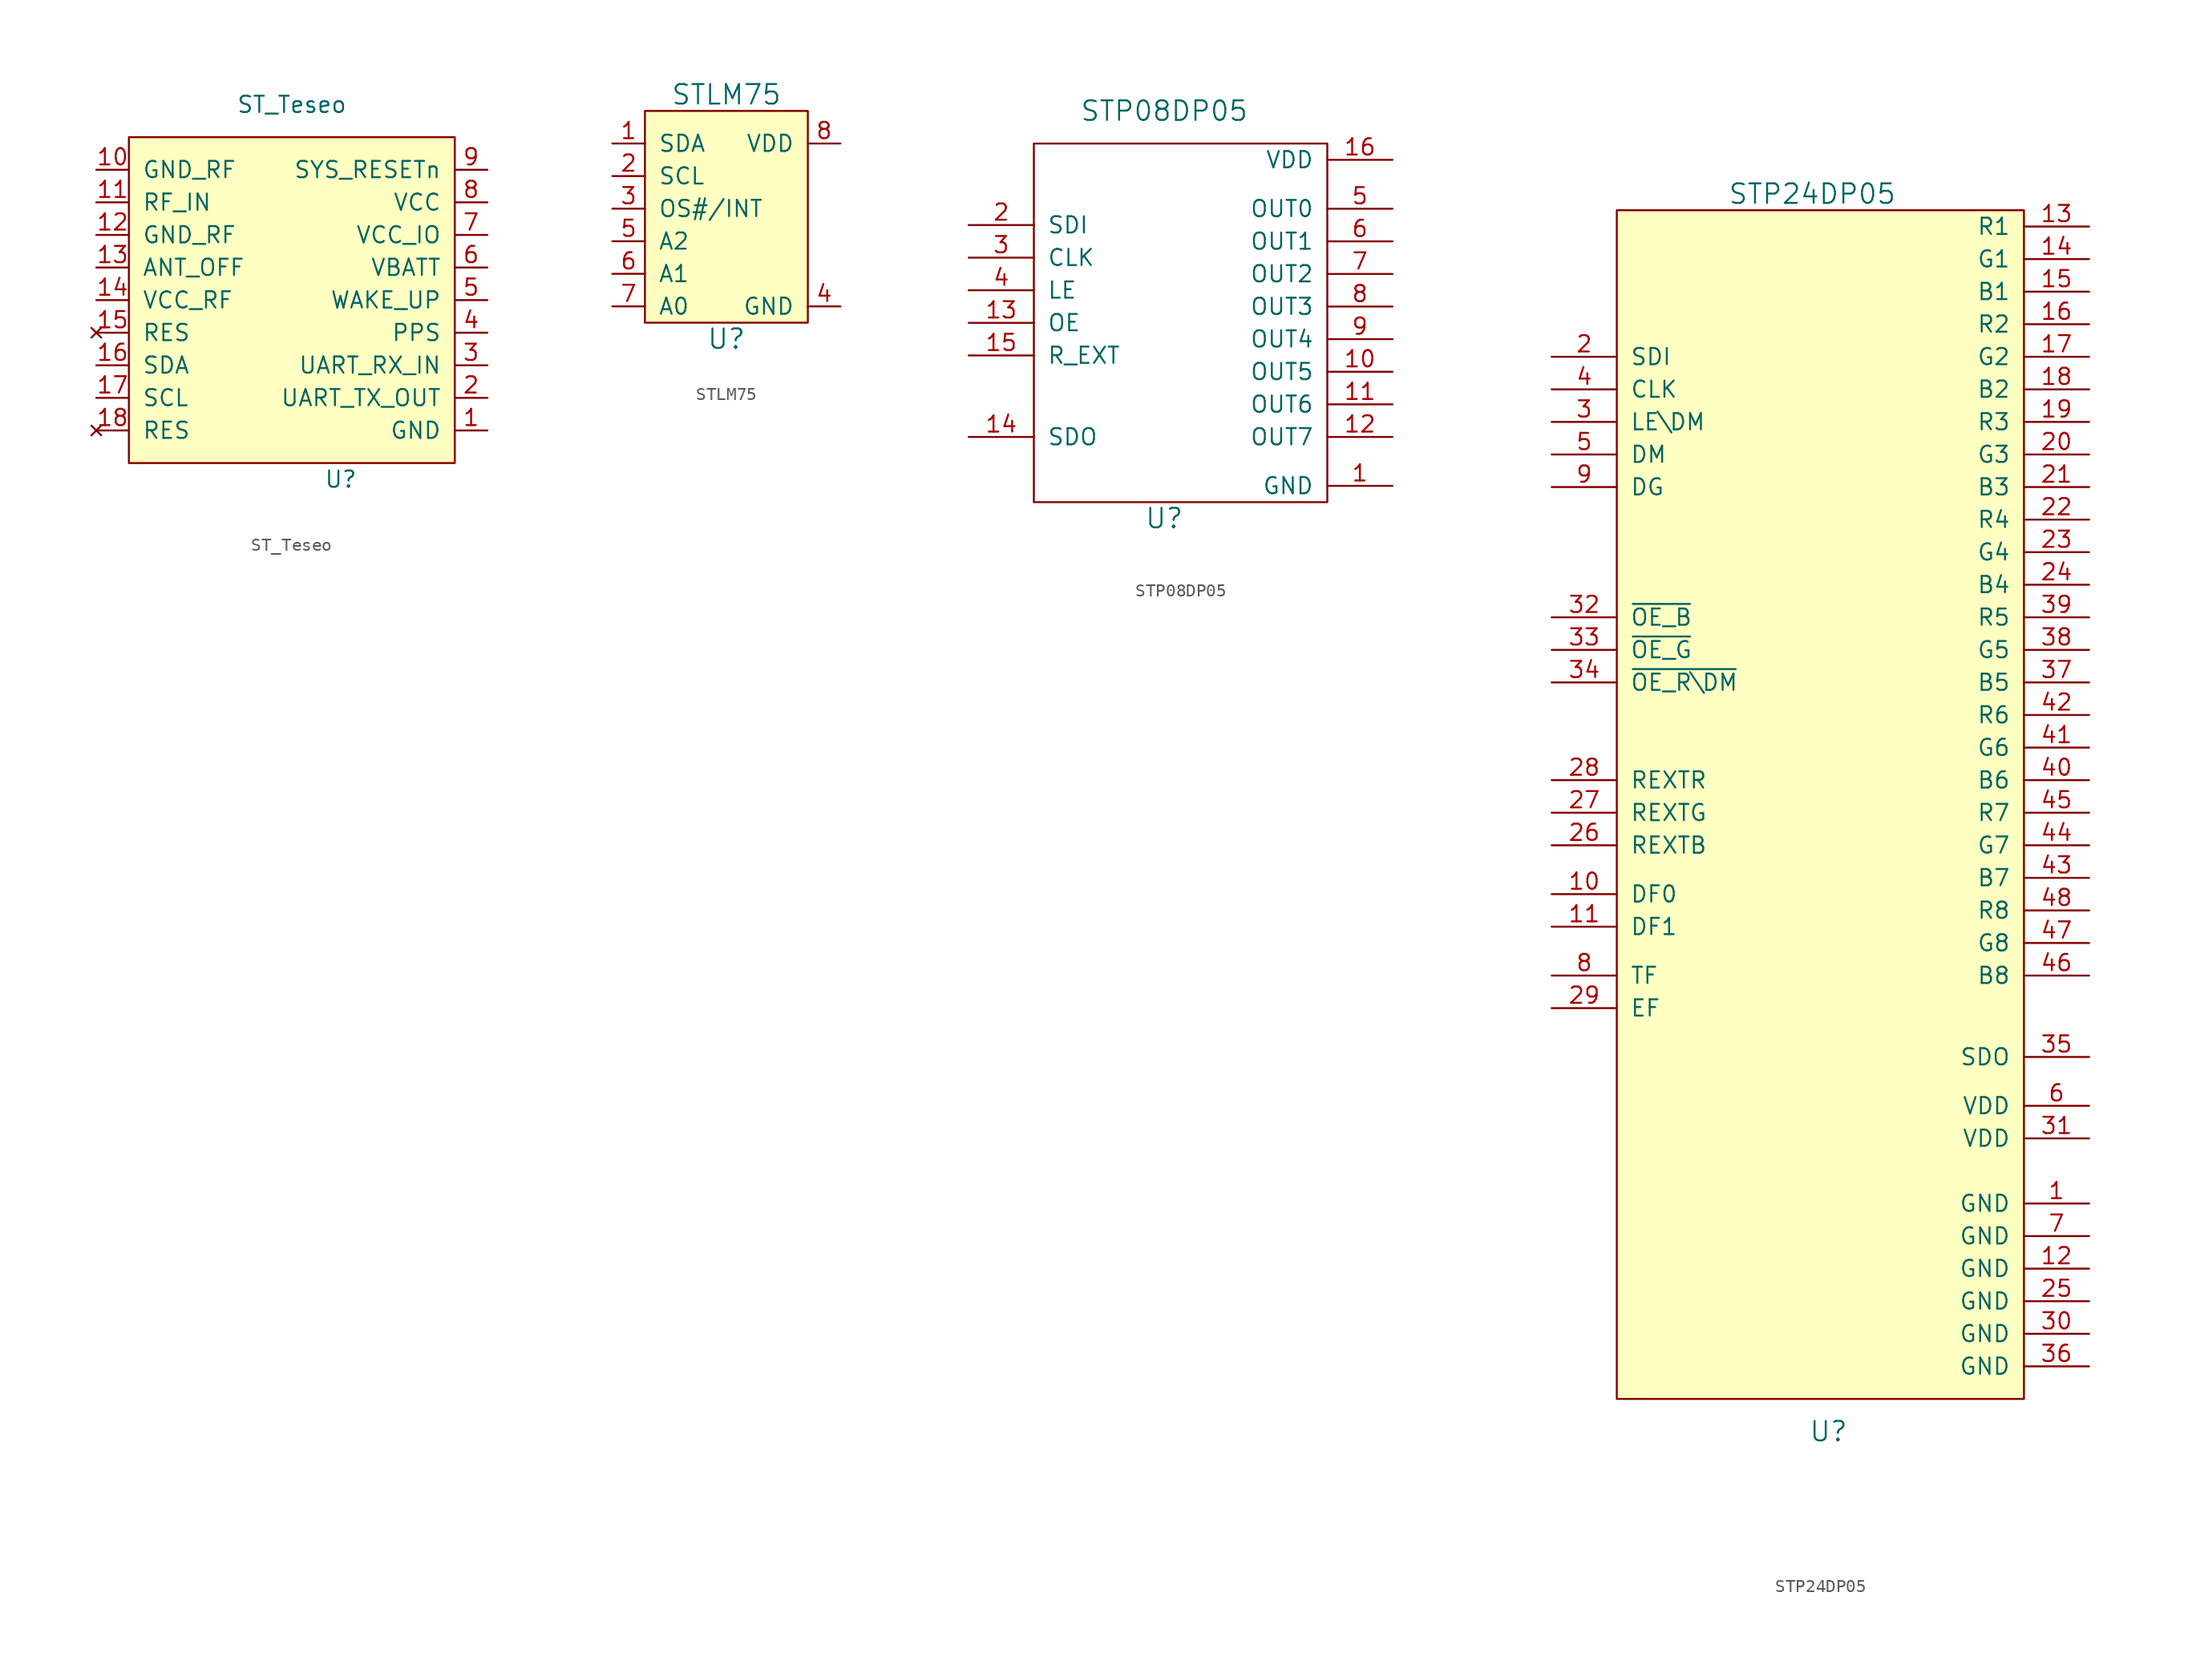
<source format=kicad_sym>
(kicad_symbol_lib
  (version 20220914)
  (generator kicad_symbol_editor)
  (symbol "ST_Teseo"
    (pin_names
      (offset 1.016))
    (property "Reference" "U"
      (at 3.81 -13.97 0)
      (effects (font (size 1.27 1.27))))
    (property "Value" "ST_Teseo"
      (at 0 15.24 0)
      (effects (font (size 1.27 1.27))))
    (symbol "ST_Teseo_0_1"
      (rectangle (start -12.7 12.7) (end 12.7 -12.7) (stroke (width 0) (type solid)) (fill (type background))))
    (symbol "ST_Teseo_1_1"
      (pin power_in line (at 15.24 -10.16 180) (length 2.54) (name "GND" (effects (font (size 1.27 1.27)))) (number "1" (effects (font (size 1.27 1.27)))))
      (pin power_in line (at -15.24 10.16 0) (length 2.54) (name "GND_RF" (effects (font (size 1.27 1.27)))) (number "10" (effects (font (size 1.27 1.27)))))
      (pin bidirectional line (at -15.24 7.62 0) (length 2.54) (name "RF_IN" (effects (font (size 1.27 1.27)))) (number "11" (effects (font (size 1.27 1.27)))))
      (pin power_in line (at -15.24 5.08 0) (length 2.54) (name "GND_RF" (effects (font (size 1.27 1.27)))) (number "12" (effects (font (size 1.27 1.27)))))
      (pin bidirectional line (at -15.24 2.54 0) (length 2.54) (name "ANT_OFF" (effects (font (size 1.27 1.27)))) (number "13" (effects (font (size 1.27 1.27)))))
      (pin power_in line (at -15.24 0 0) (length 2.54) (name "VCC_RF" (effects (font (size 1.27 1.27)))) (number "14" (effects (font (size 1.27 1.27)))))
      (pin no_connect line (at -15.24 -2.54 0) (length 2.54) (name "RES" (effects (font (size 1.27 1.27)))) (number "15" (effects (font (size 1.27 1.27)))))
      (pin bidirectional line (at -15.24 -5.08 0) (length 2.54) (name "SDA" (effects (font (size 1.27 1.27)))) (number "16" (effects (font (size 1.27 1.27)))))
      (pin bidirectional line (at -15.24 -7.62 0) (length 2.54) (name "SCL" (effects (font (size 1.27 1.27)))) (number "17" (effects (font (size 1.27 1.27)))))
      (pin no_connect line (at -15.24 -10.16 0) (length 2.54) (name "RES" (effects (font (size 1.27 1.27)))) (number "18" (effects (font (size 1.27 1.27)))))
      (pin output line (at 15.24 -7.62 180) (length 2.54) (name "UART_TX_OUT" (effects (font (size 1.27 1.27)))) (number "2" (effects (font (size 1.27 1.27)))))
      (pin input line (at 15.24 -5.08 180) (length 2.54) (name "UART_RX_IN" (effects (font (size 1.27 1.27)))) (number "3" (effects (font (size 1.27 1.27)))))
      (pin output line (at 15.24 -2.54 180) (length 2.54) (name "PPS" (effects (font (size 1.27 1.27)))) (number "4" (effects (font (size 1.27 1.27)))))
      (pin input line (at 15.24 0 180) (length 2.54) (name "WAKE_UP" (effects (font (size 1.27 1.27)))) (number "5" (effects (font (size 1.27 1.27)))))
      (pin power_in line (at 15.24 2.54 180) (length 2.54) (name "VBATT" (effects (font (size 1.27 1.27)))) (number "6" (effects (font (size 1.27 1.27)))))
      (pin power_in line (at 15.24 5.08 180) (length 2.54) (name "VCC_IO" (effects (font (size 1.27 1.27)))) (number "7" (effects (font (size 1.27 1.27)))))
      (pin power_in line (at 15.24 7.62 180) (length 2.54) (name "VCC" (effects (font (size 1.27 1.27)))) (number "8" (effects (font (size 1.27 1.27)))))
      (pin input line (at 15.24 10.16 180) (length 2.54) (name "SYS_RESETn" (effects (font (size 1.27 1.27)))) (number "9" (effects (font (size 1.27 1.27)))))))
  (symbol "STLM75"
    (pin_names
      (offset 1.016))
    (property "Reference" "U"
      (at 0 -8.89 0)
      (effects (font (size 1.524 1.524))))
    (property "Value" "STLM75"
      (at 0 10.16 0)
      (effects (font (size 1.524 1.524))))
    (symbol "STLM75_0_1"
      (rectangle (start -6.35 8.89) (end 6.35 -7.62) (stroke (width 0) (type solid)) (fill (type background))))
    (symbol "STLM75_1_1"
      (pin bidirectional line (at -8.89 6.35 0) (length 2.54) (name "SDA" (effects (font (size 1.27 1.27)))) (number "1" (effects (font (size 1.27 1.27)))))
      (pin bidirectional line (at -8.89 3.81 0) (length 2.54) (name "SCL" (effects (font (size 1.27 1.27)))) (number "2" (effects (font (size 1.27 1.27)))))
      (pin output line (at -8.89 1.27 0) (length 2.54) (name "OS#/INT" (effects (font (size 1.27 1.27)))) (number "3" (effects (font (size 1.27 1.27)))))
      (pin power_in line (at 8.89 -6.35 180) (length 2.54) (name "GND" (effects (font (size 1.27 1.27)))) (number "4" (effects (font (size 1.27 1.27)))))
      (pin input line (at -8.89 -1.27 0) (length 2.54) (name "A2" (effects (font (size 1.27 1.27)))) (number "5" (effects (font (size 1.27 1.27)))))
      (pin input line (at -8.89 -3.81 0) (length 2.54) (name "A1" (effects (font (size 1.27 1.27)))) (number "6" (effects (font (size 1.27 1.27)))))
      (pin input line (at -8.89 -6.35 0) (length 2.54) (name "A0" (effects (font (size 1.27 1.27)))) (number "7" (effects (font (size 1.27 1.27)))))
      (pin power_in line (at 8.89 6.35 180) (length 2.54) (name "VDD" (effects (font (size 1.27 1.27)))) (number "8" (effects (font (size 1.27 1.27)))))))
  (symbol "STP08DP05"
    (pin_names
      (offset 1.016))
    (property "Reference" "U"
      (at -1.27 -16.51 0)
      (effects (font (size 1.524 1.524))))
    (property "Value" "STP08DP05"
      (at -1.27 15.24 0)
      (effects (font (size 1.524 1.524))))
    (symbol "STP08DP05_0_1"
      (rectangle (start 11.43 12.7) (end -11.43 -15.24) (stroke (width 0) (type solid)) (fill (type none))))
    (symbol "STP08DP05_1_1"
      (pin power_in line (at 16.51 -13.97 180) (length 5.08) (name "GND" (effects (font (size 1.27 1.27)))) (number "1" (effects (font (size 1.27 1.27)))))
      (pin output line (at 16.51 -5.08 180) (length 5.08) (name "OUT5" (effects (font (size 1.27 1.27)))) (number "10" (effects (font (size 1.27 1.27)))))
      (pin output line (at 16.51 -7.62 180) (length 5.08) (name "OUT6" (effects (font (size 1.27 1.27)))) (number "11" (effects (font (size 1.27 1.27)))))
      (pin output line (at 16.51 -10.16 180) (length 5.08) (name "OUT7" (effects (font (size 1.27 1.27)))) (number "12" (effects (font (size 1.27 1.27)))))
      (pin input line (at -16.51 -1.27 0) (length 5.08) (name "OE" (effects (font (size 1.27 1.27)))) (number "13" (effects (font (size 1.27 1.27)))))
      (pin output line (at -16.51 -10.16 0) (length 5.08) (name "SDO" (effects (font (size 1.27 1.27)))) (number "14" (effects (font (size 1.27 1.27)))))
      (pin input line (at -16.51 -3.81 0) (length 5.08) (name "R_EXT" (effects (font (size 1.27 1.27)))) (number "15" (effects (font (size 1.27 1.27)))))
      (pin power_in line (at 16.51 11.43 180) (length 5.08) (name "VDD" (effects (font (size 1.27 1.27)))) (number "16" (effects (font (size 1.27 1.27)))))
      (pin input line (at -16.51 6.35 0) (length 5.08) (name "SDI" (effects (font (size 1.27 1.27)))) (number "2" (effects (font (size 1.27 1.27)))))
      (pin input line (at -16.51 3.81 0) (length 5.08) (name "CLK" (effects (font (size 1.27 1.27)))) (number "3" (effects (font (size 1.27 1.27)))))
      (pin input line (at -16.51 1.27 0) (length 5.08) (name "LE" (effects (font (size 1.27 1.27)))) (number "4" (effects (font (size 1.27 1.27)))))
      (pin output line (at 16.51 7.62 180) (length 5.08) (name "OUT0" (effects (font (size 1.27 1.27)))) (number "5" (effects (font (size 1.27 1.27)))))
      (pin output line (at 16.51 5.08 180) (length 5.08) (name "OUT1" (effects (font (size 1.27 1.27)))) (number "6" (effects (font (size 1.27 1.27)))))
      (pin output line (at 16.51 2.54 180) (length 5.08) (name "OUT2" (effects (font (size 1.27 1.27)))) (number "7" (effects (font (size 1.27 1.27)))))
      (pin output line (at 16.51 0 180) (length 5.08) (name "OUT3" (effects (font (size 1.27 1.27)))) (number "8" (effects (font (size 1.27 1.27)))))
      (pin output line (at 16.51 -2.54 180) (length 5.08) (name "OUT4" (effects (font (size 1.27 1.27)))) (number "9" (effects (font (size 1.27 1.27)))))))
  (symbol "STP24DP05"
    (pin_names
      (offset 1.016))
    (property "Reference" "U"
      (at 0 -54.61 0)
      (effects (font (size 1.524 1.524))))
    (property "Value" "STP24DP05"
      (at -1.27 41.91 0)
      (effects (font (size 1.524 1.524))))
    (symbol "STP24DP05_0_1"
      (rectangle (start 15.24 40.64) (end -16.51 -52.07) (stroke (width 0) (type solid)) (fill (type background))))
    (symbol "STP24DP05_1_1"
      (pin power_in line (at 20.32 -36.83 180) (length 5.08) (name "GND" (effects (font (size 1.27 1.27)))) (number "1" (effects (font (size 1.27 1.27)))))
      (pin input line (at -21.59 -12.7 0) (length 5.08) (name "DF0" (effects (font (size 1.27 1.27)))) (number "10" (effects (font (size 1.27 1.27)))))
      (pin input line (at -21.59 -15.24 0) (length 5.08) (name "DF1" (effects (font (size 1.27 1.27)))) (number "11" (effects (font (size 1.27 1.27)))))
      (pin power_in line (at 20.32 -41.91 180) (length 5.08) (name "GND" (effects (font (size 1.27 1.27)))) (number "12" (effects (font (size 1.27 1.27)))))
      (pin output line (at 20.32 39.37 180) (length 5.08) (name "R1" (effects (font (size 1.27 1.27)))) (number "13" (effects (font (size 1.27 1.27)))))
      (pin output line (at 20.32 36.83 180) (length 5.08) (name "G1" (effects (font (size 1.27 1.27)))) (number "14" (effects (font (size 1.27 1.27)))))
      (pin output line (at 20.32 34.29 180) (length 5.08) (name "B1" (effects (font (size 1.27 1.27)))) (number "15" (effects (font (size 1.27 1.27)))))
      (pin output line (at 20.32 31.75 180) (length 5.08) (name "R2" (effects (font (size 1.27 1.27)))) (number "16" (effects (font (size 1.27 1.27)))))
      (pin output line (at 20.32 29.21 180) (length 5.08) (name "G2" (effects (font (size 1.27 1.27)))) (number "17" (effects (font (size 1.27 1.27)))))
      (pin output line (at 20.32 26.67 180) (length 5.08) (name "B2" (effects (font (size 1.27 1.27)))) (number "18" (effects (font (size 1.27 1.27)))))
      (pin output line (at 20.32 24.13 180) (length 5.08) (name "R3" (effects (font (size 1.27 1.27)))) (number "19" (effects (font (size 1.27 1.27)))))
      (pin input line (at -21.59 29.21 0) (length 5.08) (name "SDI" (effects (font (size 1.27 1.27)))) (number "2" (effects (font (size 1.27 1.27)))))
      (pin output line (at 20.32 21.59 180) (length 5.08) (name "G3" (effects (font (size 1.27 1.27)))) (number "20" (effects (font (size 1.27 1.27)))))
      (pin output line (at 20.32 19.05 180) (length 5.08) (name "B3" (effects (font (size 1.27 1.27)))) (number "21" (effects (font (size 1.27 1.27)))))
      (pin output line (at 20.32 16.51 180) (length 5.08) (name "R4" (effects (font (size 1.27 1.27)))) (number "22" (effects (font (size 1.27 1.27)))))
      (pin output line (at 20.32 13.97 180) (length 5.08) (name "G4" (effects (font (size 1.27 1.27)))) (number "23" (effects (font (size 1.27 1.27)))))
      (pin output line (at 20.32 11.43 180) (length 5.08) (name "B4" (effects (font (size 1.27 1.27)))) (number "24" (effects (font (size 1.27 1.27)))))
      (pin power_in line (at 20.32 -44.45 180) (length 5.08) (name "GND" (effects (font (size 1.27 1.27)))) (number "25" (effects (font (size 1.27 1.27)))))
      (pin input line (at -21.59 -8.89 0) (length 5.08) (name "REXTB" (effects (font (size 1.27 1.27)))) (number "26" (effects (font (size 1.27 1.27)))))
      (pin input line (at -21.59 -6.35 0) (length 5.08) (name "REXTG" (effects (font (size 1.27 1.27)))) (number "27" (effects (font (size 1.27 1.27)))))
      (pin input line (at -21.59 -3.81 0) (length 5.08) (name "REXTR" (effects (font (size 1.27 1.27)))) (number "28" (effects (font (size 1.27 1.27)))))
      (pin output line (at -21.59 -21.59 0) (length 5.08) (name "EF" (effects (font (size 1.27 1.27)))) (number "29" (effects (font (size 1.27 1.27)))))
      (pin input line (at -21.59 24.13 0) (length 5.08) (name "LE\\DM" (effects (font (size 1.27 1.27)))) (number "3" (effects (font (size 1.27 1.27)))))
      (pin power_in line (at 20.32 -46.99 180) (length 5.08) (name "GND" (effects (font (size 1.27 1.27)))) (number "30" (effects (font (size 1.27 1.27)))))
      (pin power_in line (at 20.32 -31.75 180) (length 5.08) (name "VDD" (effects (font (size 1.27 1.27)))) (number "31" (effects (font (size 1.27 1.27)))))
      (pin input line (at -21.59 8.89 0) (length 5.08) (name "~{OE_B}" (effects (font (size 1.27 1.27)))) (number "32" (effects (font (size 1.27 1.27)))))
      (pin input line (at -21.59 6.35 0) (length 5.08) (name "~{OE_G}" (effects (font (size 1.27 1.27)))) (number "33" (effects (font (size 1.27 1.27)))))
      (pin input line (at -21.59 3.81 0) (length 5.08) (name "~{OE_R\\DM}" (effects (font (size 1.27 1.27)))) (number "34" (effects (font (size 1.27 1.27)))))
      (pin output line (at 20.32 -25.4 180) (length 5.08) (name "SDO" (effects (font (size 1.27 1.27)))) (number "35" (effects (font (size 1.27 1.27)))))
      (pin power_in line (at 20.32 -49.53 180) (length 5.08) (name "GND" (effects (font (size 1.27 1.27)))) (number "36" (effects (font (size 1.27 1.27)))))
      (pin output line (at 20.32 3.81 180) (length 5.08) (name "B5" (effects (font (size 1.27 1.27)))) (number "37" (effects (font (size 1.27 1.27)))))
      (pin output line (at 20.32 6.35 180) (length 5.08) (name "G5" (effects (font (size 1.27 1.27)))) (number "38" (effects (font (size 1.27 1.27)))))
      (pin output line (at 20.32 8.89 180) (length 5.08) (name "R5" (effects (font (size 1.27 1.27)))) (number "39" (effects (font (size 1.27 1.27)))))
      (pin input line (at -21.59 26.67 0) (length 5.08) (name "CLK" (effects (font (size 1.27 1.27)))) (number "4" (effects (font (size 1.27 1.27)))))
      (pin output line (at 20.32 -3.81 180) (length 5.08) (name "B6" (effects (font (size 1.27 1.27)))) (number "40" (effects (font (size 1.27 1.27)))))
      (pin output line (at 20.32 -1.27 180) (length 5.08) (name "G6" (effects (font (size 1.27 1.27)))) (number "41" (effects (font (size 1.27 1.27)))))
      (pin output line (at 20.32 1.27 180) (length 5.08) (name "R6" (effects (font (size 1.27 1.27)))) (number "42" (effects (font (size 1.27 1.27)))))
      (pin output line (at 20.32 -11.43 180) (length 5.08) (name "B7" (effects (font (size 1.27 1.27)))) (number "43" (effects (font (size 1.27 1.27)))))
      (pin output line (at 20.32 -8.89 180) (length 5.08) (name "G7" (effects (font (size 1.27 1.27)))) (number "44" (effects (font (size 1.27 1.27)))))
      (pin output line (at 20.32 -6.35 180) (length 5.08) (name "R7" (effects (font (size 1.27 1.27)))) (number "45" (effects (font (size 1.27 1.27)))))
      (pin output line (at 20.32 -19.05 180) (length 5.08) (name "B8" (effects (font (size 1.27 1.27)))) (number "46" (effects (font (size 1.27 1.27)))))
      (pin output line (at 20.32 -16.51 180) (length 5.08) (name "G8" (effects (font (size 1.27 1.27)))) (number "47" (effects (font (size 1.27 1.27)))))
      (pin output line (at 20.32 -13.97 180) (length 5.08) (name "R8" (effects (font (size 1.27 1.27)))) (number "48" (effects (font (size 1.27 1.27)))))
      (pin input line (at -21.59 21.59 0) (length 5.08) (name "DM" (effects (font (size 1.27 1.27)))) (number "5" (effects (font (size 1.27 1.27)))))
      (pin power_in line (at 20.32 -29.21 180) (length 5.08) (name "VDD" (effects (font (size 1.27 1.27)))) (number "6" (effects (font (size 1.27 1.27)))))
      (pin power_in line (at 20.32 -39.37 180) (length 5.08) (name "GND" (effects (font (size 1.27 1.27)))) (number "7" (effects (font (size 1.27 1.27)))))
      (pin output line (at -21.59 -19.05 0) (length 5.08) (name "TF" (effects (font (size 1.27 1.27)))) (number "8" (effects (font (size 1.27 1.27)))))
      (pin input line (at -21.59 19.05 0) (length 5.08) (name "DG" (effects (font (size 1.27 1.27)))) (number "9" (effects (font (size 1.27 1.27))))))))
</source>
